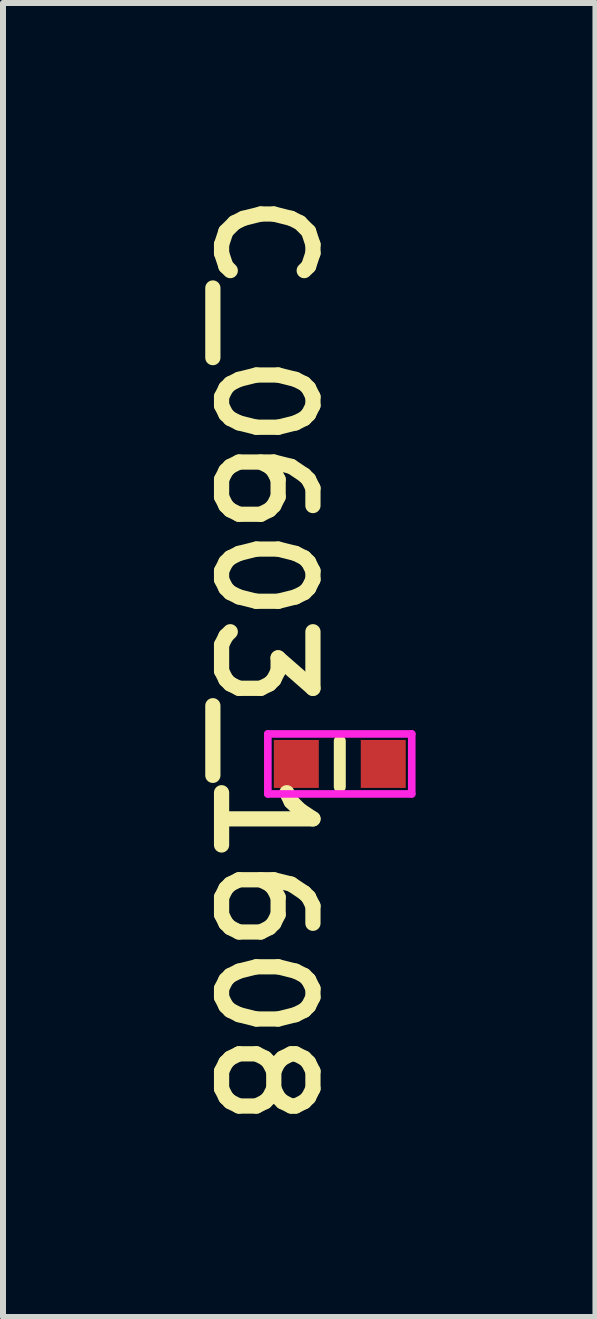
<source format=kicad_pcb>
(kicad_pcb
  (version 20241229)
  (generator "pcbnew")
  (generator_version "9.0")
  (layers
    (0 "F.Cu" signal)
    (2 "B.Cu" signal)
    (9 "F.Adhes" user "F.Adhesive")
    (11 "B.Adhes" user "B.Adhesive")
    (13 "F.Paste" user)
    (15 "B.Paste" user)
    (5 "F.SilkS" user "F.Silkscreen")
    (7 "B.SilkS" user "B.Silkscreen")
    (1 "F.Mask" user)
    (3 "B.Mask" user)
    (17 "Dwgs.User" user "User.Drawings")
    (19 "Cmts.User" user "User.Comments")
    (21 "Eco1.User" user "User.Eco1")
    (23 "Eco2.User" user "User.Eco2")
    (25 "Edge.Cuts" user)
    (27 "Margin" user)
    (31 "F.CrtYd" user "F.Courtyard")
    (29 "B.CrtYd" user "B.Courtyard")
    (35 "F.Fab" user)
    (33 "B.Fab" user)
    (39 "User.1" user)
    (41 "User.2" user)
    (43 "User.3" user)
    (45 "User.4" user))
  (footprint "C_0603_1608"
    (layer "F.Cu")
    (at 2.617 9.691)
    (property "Reference" "C_0603_1608" (at -1.28 -1.733 270) (unlocked yes) (layer "F.SilkS") (effects (font (size 1.524 1.524) (thickness 0.254))))
    (attr smd)
    (fp_line (start 0 -0.381) (end 0 0.381) (stroke (width 0.2) (type solid)) (layer "F.SilkS"))
    (fp_line (start -1.2 -0.5) (end -1.2 0.5) (stroke (width 0.127) (type solid)) (layer "F.CrtYd"))
    (fp_line (start 1.2 -0.5) (end -1.2 -0.5) (stroke (width 0.127) (type solid)) (layer "F.CrtYd"))
    (fp_line (start 1.2 -0.5) (end 1.2 0.5) (stroke (width 0.127) (type solid)) (layer "F.CrtYd"))
    (fp_line (start 1.2 0.5) (end -1.2 0.5) (stroke (width 0.127) (type solid)) (layer "F.CrtYd"))
    (fp_line (start -0.85 -0.45) (end -0.85 0.45) (stroke (width 0.127) (type solid)) (layer "User.13"))
    (fp_line (start 0.85 -0.45) (end -0.85 -0.45) (stroke (width 0.127) (type solid)) (layer "User.13"))
    (fp_line (start 0.85 -0.45) (end 0.85 0.45) (stroke (width 0.127) (type solid)) (layer "User.13"))
    (fp_line (start 0.85 0.45) (end -0.85 0.45) (stroke (width 0.127) (type solid)) (layer "User.13"))
    (pad "1" smd rect (at -0.725 0 270) (size 0.8 0.75) (layers "F.Cu" "F.Mask" "F.Paste"))
    (pad "2" smd rect (at 0.725 0 270) (size 0.8 0.75) (layers "F.Cu" "F.Mask" "F.Paste")))
  (gr_rect
    (start -3 -3)
    (end 6.881 18.915)
    (stroke (width 0.1) (type default))
    (fill no)
    (layer "Edge.Cuts")))
</source>
